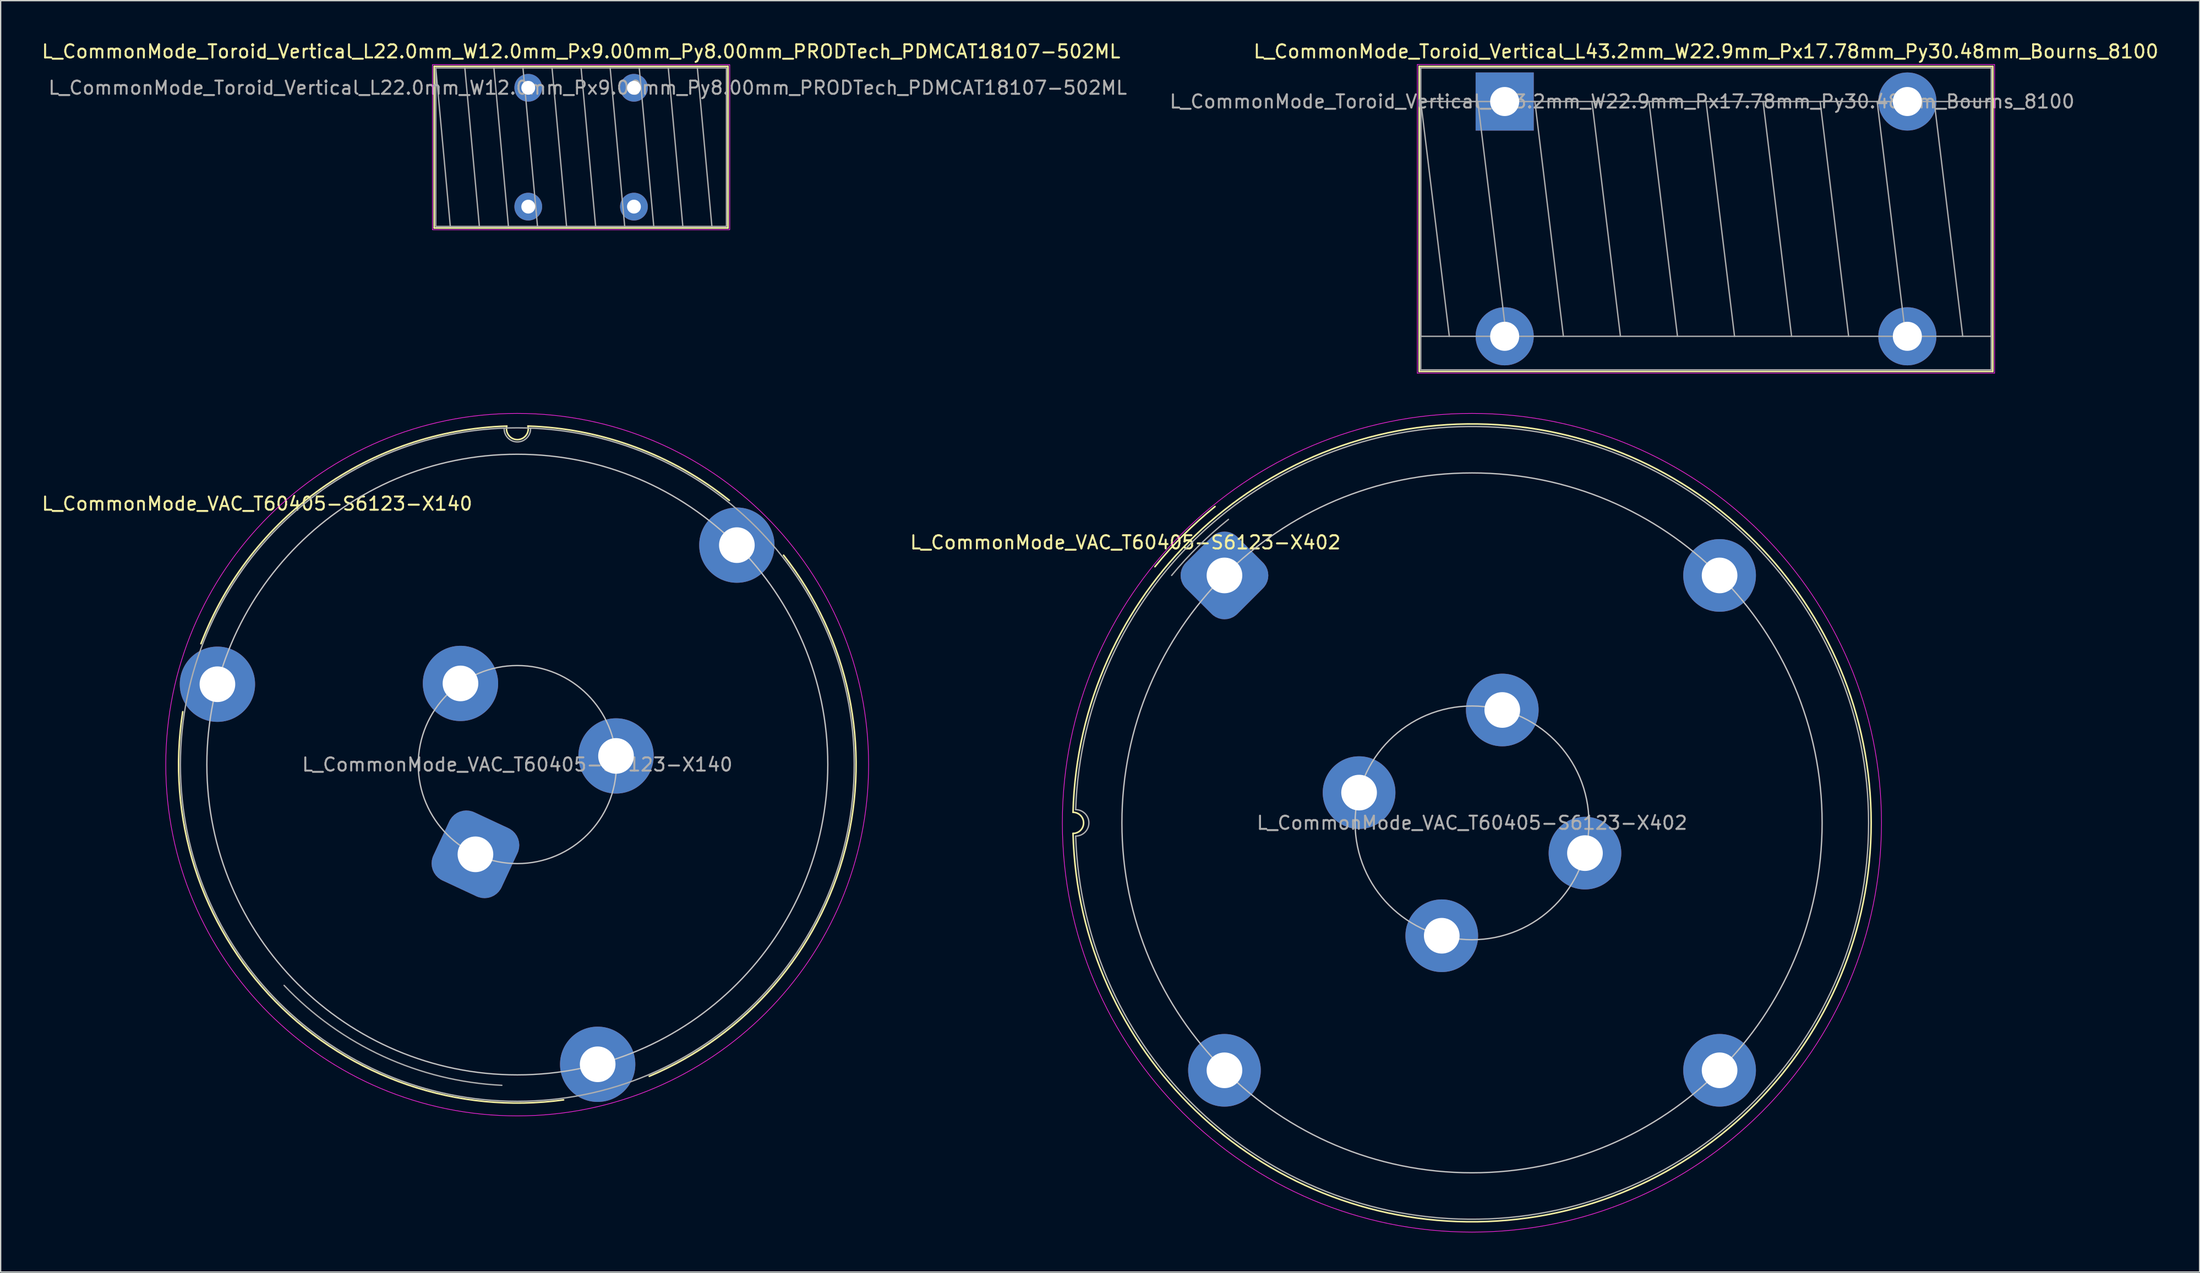
<source format=kicad_pcb>
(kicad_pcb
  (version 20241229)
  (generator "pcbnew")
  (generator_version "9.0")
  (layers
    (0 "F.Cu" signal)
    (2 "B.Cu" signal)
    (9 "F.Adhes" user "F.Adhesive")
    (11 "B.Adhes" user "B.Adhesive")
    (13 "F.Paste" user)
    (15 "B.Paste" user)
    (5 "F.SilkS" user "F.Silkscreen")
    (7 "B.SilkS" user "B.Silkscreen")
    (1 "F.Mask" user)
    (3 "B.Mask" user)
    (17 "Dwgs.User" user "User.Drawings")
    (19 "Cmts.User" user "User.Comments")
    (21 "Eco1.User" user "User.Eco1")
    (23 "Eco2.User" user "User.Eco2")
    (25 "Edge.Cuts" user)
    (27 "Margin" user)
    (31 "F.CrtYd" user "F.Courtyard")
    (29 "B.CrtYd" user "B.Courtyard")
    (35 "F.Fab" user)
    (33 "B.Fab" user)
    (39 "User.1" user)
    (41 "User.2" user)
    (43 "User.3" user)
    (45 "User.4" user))
  (footprint "L_CommonMode_VAC_T60405-S6123-X402"
    (layer "F.Cu")
    (at 89.632 40.528)
    (property "Reference" "L_CommonMode_VAC_T60405-S6123-X402" (at -7.5 -2.5 0) (layer "F.SilkS") (effects (font (size 1 1) (thickness 0.15))))
    (attr through_hole)
    (fp_arc (start -11.46167 17.93833) (mid -10.66167 18.73833) (end -11.46167 19.53833) (stroke (width 0.12) (type default)) (layer "F.SilkS"))
    (fp_arc (start -11.46167 17.93833) (mid 48.948922 18.73833) (end -11.46167 19.53833) (stroke (width 0.12) (type default)) (layer "F.SilkS"))
    (fp_arc (start -5.261669 -0.66167) (mid -3.107133 -3.059277) (end -0.714256 -5.219066) (stroke (width 0.12) (type default)) (layer "F.SilkS"))
    (fp_circle (center 18.738 18.738) (end 18.738 -7.762) (stroke (width 0.1) (type default)) (fill no) (layer "Dwgs.User"))
    (fp_circle (center 18.738 18.738) (end 18.738 9.888) (stroke (width 0.1) (type default)) (fill no) (layer "Dwgs.User"))
    (fp_circle (center 18.73 18.73) (end 49.73 18.73) (stroke (width 0.05) (type default)) (fill no) (layer "F.CrtYd"))
    (fp_arc (start -11.26167 17.73833) (mid -10.26167 18.73833) (end -11.26167 19.73833) (stroke (width 0.1) (type default)) (layer "F.Fab"))
    (fp_arc (start -11.26167 17.73833) (mid 48.754992 18.73833) (end -11.26167 19.73833) (stroke (width 0.1) (type default)) (layer "F.Fab"))
    (fp_arc (start -4 0) (mid -1.957859 -2.233661) (end 0.30264 -4.246055) (stroke (width 0.1) (type default)) (layer "F.Fab"))
    (fp_text user "${REFERENCE}" (at 18.738 18.738 0) (layer "F.Fab") (effects (font (size 1 1) (thickness 0.15))))
    (pad "1" thru_hole roundrect (at 0 0 45) (size 5.5 5.5) (drill 2.7) (layers "*.Cu" "*.Mask") (roundrect_rratio 0.25))
    (pad "2" thru_hole circle (at 10.19 16.448 60) (size 5.5 5.5) (drill 2.7) (layers "*.Cu" "*.Mask"))
    (pad "3" thru_hole circle (at 37.477 0 315) (size 5.5 5.5) (drill 2.7) (layers "*.Cu" "*.Mask"))
    (pad "4" thru_hole circle (at 21.029 10.19 330) (size 5.5 5.5) (drill 2.7) (layers "*.Cu" "*.Mask"))
    (pad "5" thru_hole circle (at 37.477 37.477 225) (size 5.5 5.5) (drill 2.7) (layers "*.Cu" "*.Mask"))
    (pad "6" thru_hole circle (at 27.287 21.029 240) (size 5.5 5.5) (drill 2.7) (layers "*.Cu" "*.Mask"))
    (pad "7" thru_hole circle (at 0 37.477 135) (size 5.5 5.5) (drill 2.7) (layers "*.Cu" "*.Mask"))
    (pad "8" thru_hole circle (at 16.448 27.287 150) (size 5.5 5.5) (drill 2.7) (layers "*.Cu" "*.Mask")))
  (footprint "L_CommonMode_Toroid_Vertical_L43.2mm_W22.9mm_Px17.78mm_Py30.48mm_Bourns_8100"
    (layer "F.Cu")
    (at 110.842 4.638)
    (property "Reference" "L_CommonMode_Toroid_Vertical_L43.2mm_W22.9mm_Px17.78mm_Py30.48mm_Bourns_8100" (at 15.24 -3.79 0) (layer "F.SilkS") (effects (font (size 1 1) (thickness 0.15))))
    (attr through_hole)
    (fp_line (start -6.47 -2.66) (end -6.47 20.44) (stroke (width 0.12) (type solid)) (layer "F.SilkS"))
    (fp_line (start -6.47 -2.66) (end 36.95 -2.66) (stroke (width 0.12) (type solid)) (layer "F.SilkS"))
    (fp_line (start -6.47 20.44) (end 36.95 20.44) (stroke (width 0.12) (type solid)) (layer "F.SilkS"))
    (fp_line (start 36.95 -2.66) (end 36.95 20.44) (stroke (width 0.12) (type solid)) (layer "F.SilkS"))
    (fp_line (start -6.61 -2.8) (end -6.61 20.57) (stroke (width 0.05) (type solid)) (layer "F.CrtYd"))
    (fp_line (start -6.61 20.57) (end 37.08 20.57) (stroke (width 0.05) (type solid)) (layer "F.CrtYd"))
    (fp_line (start 37.08 -2.8) (end -6.61 -2.8) (stroke (width 0.05) (type solid)) (layer "F.CrtYd"))
    (fp_line (start 37.08 20.57) (end 37.08 -2.8) (stroke (width 0.05) (type solid)) (layer "F.CrtYd"))
    (fp_line (start -6.35 -2.54) (end -6.35 20.32) (stroke (width 0.1) (type solid)) (layer "F.Fab"))
    (fp_line (start -6.35 0) (end -6.35 17.78) (stroke (width 0.1) (type solid)) (layer "F.Fab"))
    (fp_line (start -6.35 0) (end -4.191 17.78) (stroke (width 0.1) (type solid)) (layer "F.Fab"))
    (fp_line (start -6.35 17.78) (end 36.83 17.78) (stroke (width 0.1) (type solid)) (layer "F.Fab"))
    (fp_line (start -6.35 20.32) (end 36.83 20.32) (stroke (width 0.1) (type solid)) (layer "F.Fab"))
    (fp_line (start -2.032 0) (end 0.127 17.78) (stroke (width 0.1) (type solid)) (layer "F.Fab"))
    (fp_line (start 2.286 0) (end 4.445 17.78) (stroke (width 0.1) (type solid)) (layer "F.Fab"))
    (fp_line (start 6.604 0) (end 8.763 17.78) (stroke (width 0.1) (type solid)) (layer "F.Fab"))
    (fp_line (start 10.922 0) (end 13.081 17.78) (stroke (width 0.1) (type solid)) (layer "F.Fab"))
    (fp_line (start 15.24 0) (end 17.399 17.78) (stroke (width 0.1) (type solid)) (layer "F.Fab"))
    (fp_line (start 19.558 0) (end 21.717 17.78) (stroke (width 0.1) (type solid)) (layer "F.Fab"))
    (fp_line (start 23.876 0) (end 26.035 17.78) (stroke (width 0.1) (type solid)) (layer "F.Fab"))
    (fp_line (start 28.194 0) (end 30.353 17.78) (stroke (width 0.1) (type solid)) (layer "F.Fab"))
    (fp_line (start 32.512 0) (end 34.671 17.78) (stroke (width 0.1) (type solid)) (layer "F.Fab"))
    (fp_line (start 36.83 -2.54) (end -6.35 -2.54) (stroke (width 0.1) (type solid)) (layer "F.Fab"))
    (fp_line (start 36.83 0) (end -6.35 0) (stroke (width 0.1) (type solid)) (layer "F.Fab"))
    (fp_line (start 36.83 17.78) (end 36.83 0) (stroke (width 0.1) (type solid)) (layer "F.Fab"))
    (fp_line (start 36.83 20.32) (end 36.83 -2.54) (stroke (width 0.1) (type solid)) (layer "F.Fab"))
    (fp_text user "${REFERENCE}" (at 8.89 0 0) (layer "F.Fab") (effects (font (size 1 1) (thickness 0.15))))
    (pad "1" thru_hole rect (at 0 0) (size 4.4 4.4) (drill 2.2) (layers "*.Cu" "*.Mask"))
    (pad "2" thru_hole circle (at 0 17.78) (size 4.4 4.4) (drill 2.2) (layers "*.Cu" "*.Mask"))
    (pad "3" thru_hole circle (at 30.48 17.78) (size 4.4 4.4) (drill 2.2) (layers "*.Cu" "*.Mask"))
    (pad "4" thru_hole circle (at 30.48 0) (size 4.4 4.4) (drill 2.2) (layers "*.Cu" "*.Mask")))
  (footprint "L_CommonMode_VAC_T60405-S6123-X140"
    (layer "F.Cu")
    (at 32.937 61.648)
    (property "Reference" "L_CommonMode_VAC_T60405-S6123-X140" (at -16.526 -26.552 0) (layer "F.SilkS") (effects (font (size 1 1) (thickness 0.15))))
    (attr through_hole)
    (fp_arc (start -20.776007 -15.952412) (mid -11.692182 -27.690731) (end 2.374076 -32.428281) (stroke (width 0.12) (type solid)) (layer "F.SilkS"))
    (fp_arc (start 3.973992 -32.430985) (mid 3.173992 -31.402412) (end 2.373992 -32.430985) (stroke (width 0.12) (type solid)) (layer "F.SilkS"))
    (fp_arc (start 3.973992 -32.430985) (mid 12.052701 -30.857188) (end 19.216585 -26.804886) (stroke (width 0.12) (type solid)) (layer "F.SilkS"))
    (fp_arc (start 6.673992 18.597588) (mid -15.133842 11.149764) (end -22.155118 -10.799117) (stroke (width 0.12) (type solid)) (layer "F.SilkS"))
    (fp_arc (start 23.323992 -22.652412) (mid 28.000275 -0.407053) (end 13.158224 16.810296) (stroke (width 0.12) (type solid)) (layer "F.SilkS"))
    (fp_circle (center 3.17 -6.797) (end 10.67 -6.797) (stroke (width 0.1) (type solid)) (fill no) (layer "Dwgs.User"))
    (fp_circle (center 3.17 -6.797) (end 26.67 -6.797) (stroke (width 0.1) (type solid)) (fill no) (layer "Dwgs.User"))
    (fp_circle (center 3.16 -6.79) (end 29.76 -6.79) (stroke (width 0.05) (type solid)) (fill no) (layer "F.CrtYd"))
    (fp_arc (start 1.999637 17.492691) (mid -6.974268 15.302881) (end -14.48457 9.925001) (stroke (width 0.1) (type default)) (layer "F.Fab"))
    (fp_arc (start 4.173992 -32.230985) (mid 3.173992 -31.230985) (end 2.173992 -32.230985) (stroke (width 0.1) (type solid)) (layer "F.Fab"))
    (fp_circle (center 3.17 -6.797) (end 28.67 -6.797) (stroke (width 0.1) (type solid)) (fill no) (layer "F.Fab"))
    (fp_text user "${REFERENCE}" (at 3.17 -6.797 0) (layer "F.Fab") (effects (font (size 1 1) (thickness 0.15))))
    (pad "1" thru_hole roundrect (at 0 0 335) (size 5.7 5.7) (drill 2.7) (layers "*.Cu" "*.Mask") (roundrect_rratio 0.25))
    (pad "2" thru_hole circle (at -19.53 -12.88) (size 5.7 5.7) (drill 2.7) (layers "*.Cu" "*.Mask"))
    (pad "3" thru_hole circle (at -1.132 -12.941 250) (size 5.7 5.7) (drill 2.7) (layers "*.Cu" "*.Mask"))
    (pad "4" thru_hole circle (at 19.787 -23.414) (size 5.7 5.7) (drill 2.7) (layers "*.Cu" "*.Mask"))
    (pad "5" thru_hole circle (at 10.641 -7.451) (size 5.7 5.7) (drill 2.7) (layers "*.Cu" "*.Mask"))
    (pad "6" thru_hole circle (at 9.252 15.902) (size 5.7 5.7) (drill 2.7) (layers "*.Cu" "*.Mask")))
  (footprint "L_CommonMode_Toroid_Vertical_L22.0mm_W12.0mm_Px9.00mm_Py8.00mm_PRODTech_PDMCAT18107-502ML"
    (layer "F.Cu")
    (at 36.935 3.598)
    (property "Reference" "L_CommonMode_Toroid_Vertical_L22.0mm_W12.0mm_Px9.00mm_Py8.00mm_PRODTech_PDMCAT18107-502ML" (at 4 -2.75 0) (layer "F.SilkS") (effects (font (size 1 1) (thickness 0.15))))
    (attr through_hole)
    (fp_line (start -7.12 -1.62) (end 15.12 -1.62) (stroke (width 0.12) (type solid)) (layer "F.SilkS"))
    (fp_line (start -7.12 10.62) (end -7.12 -1.62) (stroke (width 0.12) (type solid)) (layer "F.SilkS"))
    (fp_line (start 15.12 -1.62) (end 15.12 10.62) (stroke (width 0.12) (type solid)) (layer "F.SilkS"))
    (fp_line (start 15.12 10.62) (end -7.12 10.62) (stroke (width 0.12) (type solid)) (layer "F.SilkS"))
    (fp_rect (start -7.25 -1.75) (end 15.25 10.75) (stroke (width 0.05) (type solid)) (fill no) (layer "F.CrtYd"))
    (fp_line (start -7 -1.5) (end -5.9 10.5) (stroke (width 0.1) (type solid)) (layer "F.Fab"))
    (fp_line (start -4.8 -1.5) (end -3.7 10.5) (stroke (width 0.1) (type solid)) (layer "F.Fab"))
    (fp_line (start -2.6 -1.5) (end -1.5 10.5) (stroke (width 0.1) (type solid)) (layer "F.Fab"))
    (fp_line (start -0.4 -1.5) (end 0.7 10.5) (stroke (width 0.1) (type solid)) (layer "F.Fab"))
    (fp_line (start 1.8 -1.5) (end 2.9 10.5) (stroke (width 0.1) (type solid)) (layer "F.Fab"))
    (fp_line (start 4 -1.5) (end 5.1 10.5) (stroke (width 0.1) (type solid)) (layer "F.Fab"))
    (fp_line (start 6.2 -1.5) (end 7.3 10.5) (stroke (width 0.1) (type solid)) (layer "F.Fab"))
    (fp_line (start 8.4 -1.5) (end 9.5 10.5) (stroke (width 0.1) (type solid)) (layer "F.Fab"))
    (fp_line (start 10.6 -1.5) (end 11.7 10.5) (stroke (width 0.1) (type solid)) (layer "F.Fab"))
    (fp_line (start 12.8 -1.5) (end 13.9 10.5) (stroke (width 0.1) (type solid)) (layer "F.Fab"))
    (fp_rect (start -7 -1.5) (end 15 10.5) (stroke (width 0.1) (type solid)) (fill no) (layer "F.Fab"))
    (fp_text user "${REFERENCE}" (at 4.5 0 0) (layer "F.Fab") (effects (font (size 1 1) (thickness 0.15))))
    (pad "1" thru_hole circle (at 0 0) (size 2.1 2.1) (drill 1.05) (layers "*.Cu" "*.Mask"))
    (pad "2" thru_hole circle (at 0 9) (size 2.1 2.1) (drill 1.05) (layers "*.Cu" "*.Mask"))
    (pad "3" thru_hole circle (at 8 9) (size 2.1 2.1) (drill 1.05) (layers "*.Cu" "*.Mask"))
    (pad "4" thru_hole circle (at 8 0) (size 2.1 2.1) (drill 1.05) (layers "*.Cu" "*.Mask")))
  (gr_rect
    (start -3 -3)
    (end 163.445 93.283)
    (stroke (width 0.1) (type default))
    (fill no)
    (layer "Edge.Cuts")))
</source>
